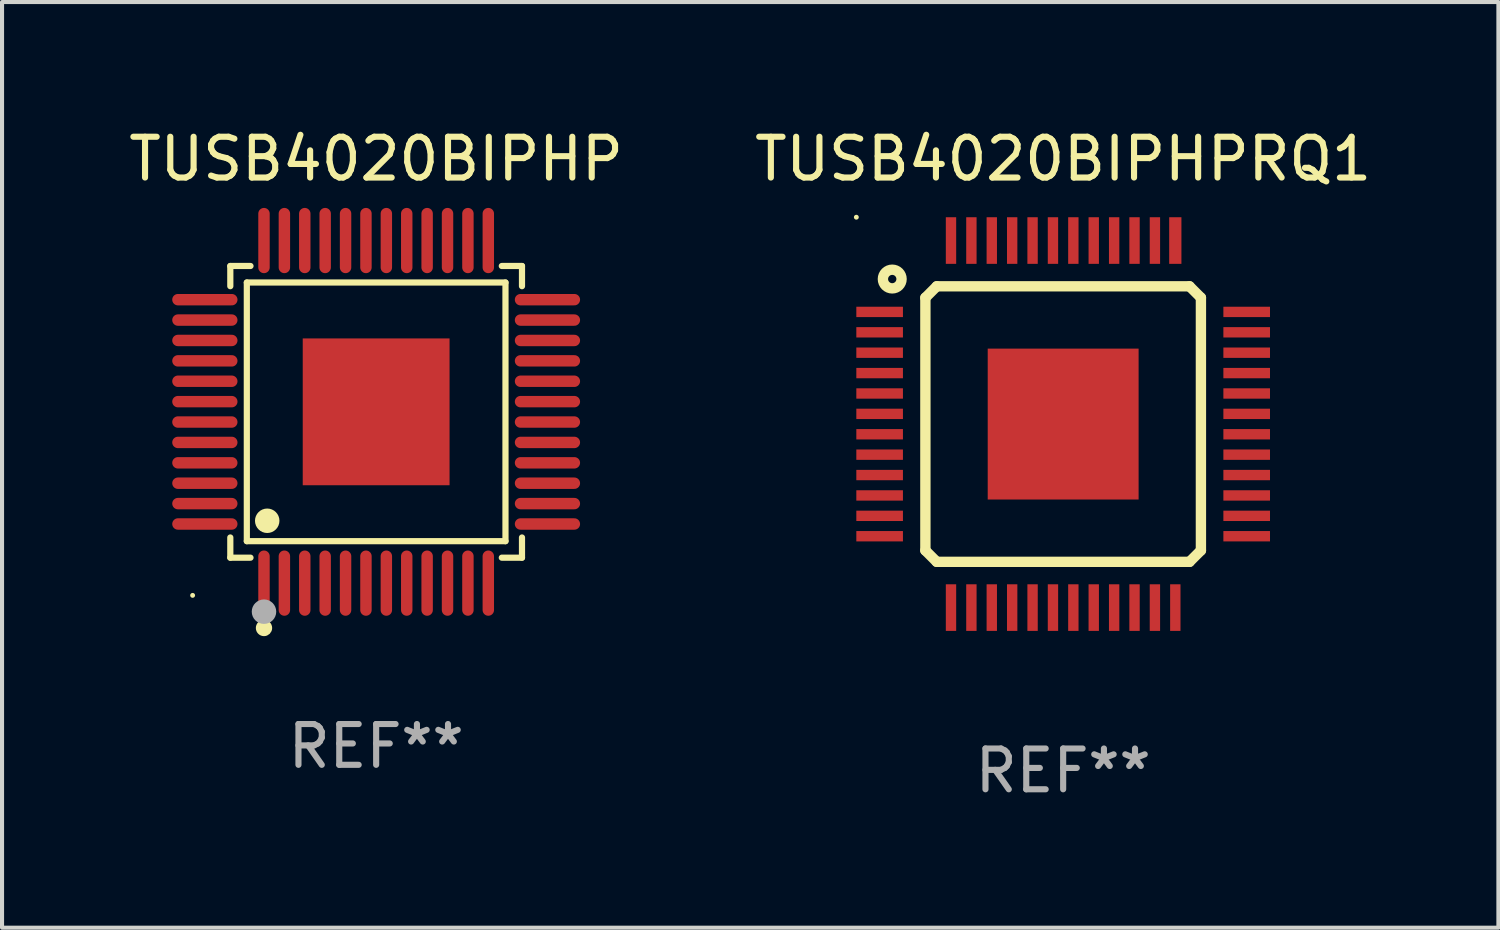
<source format=kicad_pcb>
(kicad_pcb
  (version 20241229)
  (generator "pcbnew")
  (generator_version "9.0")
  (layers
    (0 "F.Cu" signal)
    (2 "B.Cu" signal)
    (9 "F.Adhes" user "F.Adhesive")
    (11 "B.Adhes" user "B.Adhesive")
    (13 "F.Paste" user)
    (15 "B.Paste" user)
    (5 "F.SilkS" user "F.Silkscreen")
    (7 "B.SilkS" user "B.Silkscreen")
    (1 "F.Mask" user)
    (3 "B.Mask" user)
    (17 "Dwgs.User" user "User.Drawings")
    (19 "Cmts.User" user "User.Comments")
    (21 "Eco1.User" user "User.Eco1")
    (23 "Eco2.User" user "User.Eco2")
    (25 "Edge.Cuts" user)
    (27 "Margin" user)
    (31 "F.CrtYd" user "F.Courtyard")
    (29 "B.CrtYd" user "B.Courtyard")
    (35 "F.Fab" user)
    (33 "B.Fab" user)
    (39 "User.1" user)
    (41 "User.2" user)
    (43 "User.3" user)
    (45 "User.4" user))
  (footprint "TUSB4020BIPHP"
    (layer "F.Cu")
    (at 6.173 7.048)
    (property "Reference" "TUSB4020BIPHP" (at 0 -6.2 0) (layer "F.SilkS") (effects (font (size 1 1) (thickness 0.15))))
    (attr through_hole)
    (fp_line (start -3.576 -3.576) (end -3.081 -3.576) (stroke (width 0.152) (type solid)) (layer "F.SilkS"))
    (fp_line (start -3.576 -3.081) (end -3.576 -3.576) (stroke (width 0.152) (type solid)) (layer "F.SilkS"))
    (fp_line (start -3.576 3.081) (end -3.576 3.576) (stroke (width 0.152) (type solid)) (layer "F.SilkS"))
    (fp_line (start -3.576 3.576) (end -3.081 3.576) (stroke (width 0.152) (type solid)) (layer "F.SilkS"))
    (fp_line (start -3.171 -3.171) (end 3.171 -3.171) (stroke (width 0.152) (type solid)) (layer "F.SilkS"))
    (fp_line (start -3.171 3.171) (end -3.171 -3.171) (stroke (width 0.152) (type solid)) (layer "F.SilkS"))
    (fp_line (start 3.171 -3.171) (end 3.171 3.171) (stroke (width 0.152) (type solid)) (layer "F.SilkS"))
    (fp_line (start 3.171 3.171) (end -3.171 3.171) (stroke (width 0.152) (type solid)) (layer "F.SilkS"))
    (fp_line (start 3.576 -3.576) (end 3.081 -3.576) (stroke (width 0.152) (type solid)) (layer "F.SilkS"))
    (fp_line (start 3.576 -3.081) (end 3.576 -3.576) (stroke (width 0.152) (type solid)) (layer "F.SilkS"))
    (fp_line (start 3.576 3.081) (end 3.576 3.576) (stroke (width 0.152) (type solid)) (layer "F.SilkS"))
    (fp_line (start 3.576 3.576) (end 3.081 3.576) (stroke (width 0.152) (type solid)) (layer "F.SilkS"))
    (fp_circle (center -4.5 4.5) (end -4.47 4.5) (stroke (width 0.06) (type solid)) (fill no) (layer "F.SilkS"))
    (fp_circle (center -2.75 5.3) (end -2.65 5.3) (stroke (width 0.2) (type solid)) (fill no) (layer "F.SilkS"))
    (fp_circle (center -2.671 2.671) (end -2.521 2.671) (stroke (width 0.3) (type solid)) (fill no) (layer "F.SilkS"))
    (fp_circle (center -2.75 4.9) (end -2.6 4.9) (stroke (width 0.3) (type solid)) (fill no) (layer "F.Fab"))
    (fp_text user "REF**" (at 0 8.2 0) (layer "F.Fab") (effects (font (size 1 1) (thickness 0.15))))
    (pad "1" smd oval (at -2.75 4.2) (size 0.28 1.6) (layers "F.Cu" "F.Mask" "F.Paste"))
    (pad "2" smd oval (at -2.25 4.2) (size 0.28 1.6) (layers "F.Cu" "F.Mask" "F.Paste"))
    (pad "3" smd oval (at -1.75 4.2) (size 0.28 1.6) (layers "F.Cu" "F.Mask" "F.Paste"))
    (pad "4" smd oval (at -1.25 4.2) (size 0.28 1.6) (layers "F.Cu" "F.Mask" "F.Paste"))
    (pad "5" smd oval (at -0.75 4.2) (size 0.28 1.6) (layers "F.Cu" "F.Mask" "F.Paste"))
    (pad "6" smd oval (at -0.25 4.2) (size 0.28 1.6) (layers "F.Cu" "F.Mask" "F.Paste"))
    (pad "7" smd oval (at 0.25 4.2) (size 0.28 1.6) (layers "F.Cu" "F.Mask" "F.Paste"))
    (pad "8" smd oval (at 0.75 4.2) (size 0.28 1.6) (layers "F.Cu" "F.Mask" "F.Paste"))
    (pad "9" smd oval (at 1.25 4.2) (size 0.28 1.6) (layers "F.Cu" "F.Mask" "F.Paste"))
    (pad "10" smd oval (at 1.75 4.2) (size 0.28 1.6) (layers "F.Cu" "F.Mask" "F.Paste"))
    (pad "11" smd oval (at 2.25 4.2) (size 0.28 1.6) (layers "F.Cu" "F.Mask" "F.Paste"))
    (pad "12" smd oval (at 2.75 4.2) (size 0.28 1.6) (layers "F.Cu" "F.Mask" "F.Paste"))
    (pad "13" smd oval (at 4.2 2.75) (size 1.6 0.28) (layers "F.Cu" "F.Mask" "F.Paste"))
    (pad "14" smd oval (at 4.2 2.25) (size 1.6 0.28) (layers "F.Cu" "F.Mask" "F.Paste"))
    (pad "15" smd oval (at 4.2 1.75) (size 1.6 0.28) (layers "F.Cu" "F.Mask" "F.Paste"))
    (pad "16" smd oval (at 4.2 1.25) (size 1.6 0.28) (layers "F.Cu" "F.Mask" "F.Paste"))
    (pad "17" smd oval (at 4.2 0.75) (size 1.6 0.28) (layers "F.Cu" "F.Mask" "F.Paste"))
    (pad "18" smd oval (at 4.2 0.25) (size 1.6 0.28) (layers "F.Cu" "F.Mask" "F.Paste"))
    (pad "19" smd oval (at 4.2 -0.25) (size 1.6 0.28) (layers "F.Cu" "F.Mask" "F.Paste"))
    (pad "20" smd oval (at 4.2 -0.75) (size 1.6 0.28) (layers "F.Cu" "F.Mask" "F.Paste"))
    (pad "21" smd oval (at 4.2 -1.25) (size 1.6 0.28) (layers "F.Cu" "F.Mask" "F.Paste"))
    (pad "22" smd oval (at 4.2 -1.75) (size 1.6 0.28) (layers "F.Cu" "F.Mask" "F.Paste"))
    (pad "23" smd oval (at 4.2 -2.25) (size 1.6 0.28) (layers "F.Cu" "F.Mask" "F.Paste"))
    (pad "24" smd oval (at 4.2 -2.75) (size 1.6 0.28) (layers "F.Cu" "F.Mask" "F.Paste"))
    (pad "25" smd oval (at 2.75 -4.2) (size 0.28 1.6) (layers "F.Cu" "F.Mask" "F.Paste"))
    (pad "26" smd oval (at 2.25 -4.2) (size 0.28 1.6) (layers "F.Cu" "F.Mask" "F.Paste"))
    (pad "27" smd oval (at 1.75 -4.2) (size 0.28 1.6) (layers "F.Cu" "F.Mask" "F.Paste"))
    (pad "28" smd oval (at 1.25 -4.2) (size 0.28 1.6) (layers "F.Cu" "F.Mask" "F.Paste"))
    (pad "29" smd oval (at 0.75 -4.2) (size 0.28 1.6) (layers "F.Cu" "F.Mask" "F.Paste"))
    (pad "30" smd oval (at 0.25 -4.2) (size 0.28 1.6) (layers "F.Cu" "F.Mask" "F.Paste"))
    (pad "31" smd oval (at -0.25 -4.2) (size 0.28 1.6) (layers "F.Cu" "F.Mask" "F.Paste"))
    (pad "32" smd oval (at -0.75 -4.2) (size 0.28 1.6) (layers "F.Cu" "F.Mask" "F.Paste"))
    (pad "33" smd oval (at -1.25 -4.2) (size 0.28 1.6) (layers "F.Cu" "F.Mask" "F.Paste"))
    (pad "34" smd oval (at -1.75 -4.2) (size 0.28 1.6) (layers "F.Cu" "F.Mask" "F.Paste"))
    (pad "35" smd oval (at -2.25 -4.2) (size 0.28 1.6) (layers "F.Cu" "F.Mask" "F.Paste"))
    (pad "36" smd oval (at -2.75 -4.2) (size 0.28 1.6) (layers "F.Cu" "F.Mask" "F.Paste"))
    (pad "37" smd oval (at -4.2 -2.75) (size 1.6 0.28) (layers "F.Cu" "F.Mask" "F.Paste"))
    (pad "38" smd oval (at -4.2 -2.25) (size 1.6 0.28) (layers "F.Cu" "F.Mask" "F.Paste"))
    (pad "39" smd oval (at -4.2 -1.75) (size 1.6 0.28) (layers "F.Cu" "F.Mask" "F.Paste"))
    (pad "40" smd oval (at -4.2 -1.25) (size 1.6 0.28) (layers "F.Cu" "F.Mask" "F.Paste"))
    (pad "41" smd oval (at -4.2 -0.75) (size 1.6 0.28) (layers "F.Cu" "F.Mask" "F.Paste"))
    (pad "42" smd oval (at -4.2 -0.25) (size 1.6 0.28) (layers "F.Cu" "F.Mask" "F.Paste"))
    (pad "43" smd oval (at -4.2 0.25) (size 1.6 0.28) (layers "F.Cu" "F.Mask" "F.Paste"))
    (pad "44" smd oval (at -4.2 0.75) (size 1.6 0.28) (layers "F.Cu" "F.Mask" "F.Paste"))
    (pad "45" smd oval (at -4.2 1.25) (size 1.6 0.28) (layers "F.Cu" "F.Mask" "F.Paste"))
    (pad "46" smd oval (at -4.2 1.75) (size 1.6 0.28) (layers "F.Cu" "F.Mask" "F.Paste"))
    (pad "47" smd oval (at -4.2 2.25) (size 1.6 0.28) (layers "F.Cu" "F.Mask" "F.Paste"))
    (pad "48" smd oval (at -4.2 2.75) (size 1.6 0.28) (layers "F.Cu" "F.Mask" "F.Paste"))
    (pad "49" smd rect (at 0 0) (size 3.6 3.6) (layers "F.Cu" "F.Mask" "F.Paste")))
  (footprint "TUSB4020BIPHPRQ1"
    (layer "F.Cu")
    (at 23.018 7.348)
    (property "Reference" "TUSB4020BIPHPRQ1" (at 0 -6.5 0) (layer "F.SilkS") (effects (font (size 1 1) (thickness 0.15))))
    (attr through_hole)
    (fp_line (start -3.378 -3.099) (end -3.099 -3.378) (stroke (width 0.254) (type solid)) (layer "F.SilkS"))
    (fp_line (start -3.378 3.099) (end -3.378 -3.099) (stroke (width 0.254) (type solid)) (layer "F.SilkS"))
    (fp_line (start -3.099 -3.378) (end 3.099 -3.378) (stroke (width 0.254) (type solid)) (layer "F.SilkS"))
    (fp_line (start -3.099 3.378) (end -3.378 3.099) (stroke (width 0.254) (type solid)) (layer "F.SilkS"))
    (fp_line (start 3.099 -3.378) (end 3.378 -3.099) (stroke (width 0.254) (type solid)) (layer "F.SilkS"))
    (fp_line (start 3.099 3.378) (end -3.099 3.378) (stroke (width 0.254) (type solid)) (layer "F.SilkS"))
    (fp_line (start 3.378 -3.099) (end 3.378 3.099) (stroke (width 0.254) (type solid)) (layer "F.SilkS"))
    (fp_line (start 3.378 3.099) (end 3.099 3.378) (stroke (width 0.254) (type solid)) (layer "F.SilkS"))
    (fp_circle (center -5.071 -5.072) (end -5.041 -5.072) (stroke (width 0.06) (type solid)) (fill no) (layer "F.SilkS"))
    (fp_circle (center -4.191 -3.556) (end -3.962 -3.556) (stroke (width 0.254) (type solid)) (fill no) (layer "F.SilkS"))
    (fp_text user "REF**" (at 0 8.5 0) (layer "F.Fab") (effects (font (size 1 1) (thickness 0.15))))
    (pad "1" smd rect (at -4.5 -2.75 270) (size 0.254 1.143) (layers "F.Cu" "F.Mask" "F.Paste"))
    (pad "2" smd rect (at -4.5 -2.25 270) (size 0.254 1.143) (layers "F.Cu" "F.Mask" "F.Paste"))
    (pad "3" smd rect (at -4.5 -1.75 270) (size 0.254 1.143) (layers "F.Cu" "F.Mask" "F.Paste"))
    (pad "4" smd rect (at -4.5 -1.25 270) (size 0.254 1.143) (layers "F.Cu" "F.Mask" "F.Paste"))
    (pad "5" smd rect (at -4.5 -0.75 270) (size 0.254 1.143) (layers "F.Cu" "F.Mask" "F.Paste"))
    (pad "6" smd rect (at -4.5 -0.25 270) (size 0.254 1.143) (layers "F.Cu" "F.Mask" "F.Paste"))
    (pad "7" smd rect (at -4.5 0.25 270) (size 0.254 1.143) (layers "F.Cu" "F.Mask" "F.Paste"))
    (pad "8" smd rect (at -4.5 0.75 270) (size 0.254 1.143) (layers "F.Cu" "F.Mask" "F.Paste"))
    (pad "9" smd rect (at -4.5 1.25 270) (size 0.254 1.143) (layers "F.Cu" "F.Mask" "F.Paste"))
    (pad "10" smd rect (at -4.5 1.75 270) (size 0.254 1.143) (layers "F.Cu" "F.Mask" "F.Paste"))
    (pad "11" smd rect (at -4.5 2.25 270) (size 0.254 1.143) (layers "F.Cu" "F.Mask" "F.Paste"))
    (pad "12" smd rect (at -4.5 2.75 270) (size 0.254 1.143) (layers "F.Cu" "F.Mask" "F.Paste"))
    (pad "13" smd rect (at -2.75 4.5 270) (size 1.143 0.254) (layers "F.Cu" "F.Mask" "F.Paste"))
    (pad "14" smd rect (at -2.25 4.5 270) (size 1.143 0.254) (layers "F.Cu" "F.Mask" "F.Paste"))
    (pad "15" smd rect (at -1.75 4.5 270) (size 1.143 0.254) (layers "F.Cu" "F.Mask" "F.Paste"))
    (pad "16" smd rect (at -1.25 4.5 270) (size 1.143 0.254) (layers "F.Cu" "F.Mask" "F.Paste"))
    (pad "17" smd rect (at -0.75 4.5 270) (size 1.143 0.254) (layers "F.Cu" "F.Mask" "F.Paste"))
    (pad "18" smd rect (at -0.25 4.5 270) (size 1.143 0.254) (layers "F.Cu" "F.Mask" "F.Paste"))
    (pad "19" smd rect (at 0.25 4.5 270) (size 1.143 0.254) (layers "F.Cu" "F.Mask" "F.Paste"))
    (pad "20" smd rect (at 0.75 4.5 270) (size 1.143 0.254) (layers "F.Cu" "F.Mask" "F.Paste"))
    (pad "21" smd rect (at 1.25 4.5 270) (size 1.143 0.254) (layers "F.Cu" "F.Mask" "F.Paste"))
    (pad "22" smd rect (at 1.75 4.5 270) (size 1.143 0.254) (layers "F.Cu" "F.Mask" "F.Paste"))
    (pad "23" smd rect (at 2.25 4.5 270) (size 1.143 0.254) (layers "F.Cu" "F.Mask" "F.Paste"))
    (pad "24" smd rect (at 2.75 4.5 270) (size 1.143 0.254) (layers "F.Cu" "F.Mask" "F.Paste"))
    (pad "25" smd rect (at 4.5 2.75 270) (size 0.254 1.143) (layers "F.Cu" "F.Mask" "F.Paste"))
    (pad "26" smd rect (at 4.5 2.25 270) (size 0.254 1.143) (layers "F.Cu" "F.Mask" "F.Paste"))
    (pad "27" smd rect (at 4.5 1.75 270) (size 0.254 1.143) (layers "F.Cu" "F.Mask" "F.Paste"))
    (pad "28" smd rect (at 4.5 1.25 270) (size 0.254 1.143) (layers "F.Cu" "F.Mask" "F.Paste"))
    (pad "29" smd rect (at 4.5 0.75 270) (size 0.254 1.143) (layers "F.Cu" "F.Mask" "F.Paste"))
    (pad "30" smd rect (at 4.5 0.25 270) (size 0.254 1.143) (layers "F.Cu" "F.Mask" "F.Paste"))
    (pad "31" smd rect (at 4.5 -0.25 270) (size 0.254 1.143) (layers "F.Cu" "F.Mask" "F.Paste"))
    (pad "32" smd rect (at 4.5 -0.75 270) (size 0.254 1.143) (layers "F.Cu" "F.Mask" "F.Paste"))
    (pad "33" smd rect (at 4.5 -1.25 270) (size 0.254 1.143) (layers "F.Cu" "F.Mask" "F.Paste"))
    (pad "34" smd rect (at 4.5 -1.75 270) (size 0.254 1.143) (layers "F.Cu" "F.Mask" "F.Paste"))
    (pad "35" smd rect (at 4.5 -2.25 270) (size 0.254 1.143) (layers "F.Cu" "F.Mask" "F.Paste"))
    (pad "36" smd rect (at 4.5 -2.75 270) (size 0.254 1.143) (layers "F.Cu" "F.Mask" "F.Paste"))
    (pad "37" smd rect (at 2.75 -4.5 270) (size 1.143 0.3) (layers "F.Cu" "F.Mask" "F.Paste"))
    (pad "38" smd rect (at 2.25 -4.5 270) (size 1.143 0.254) (layers "F.Cu" "F.Mask" "F.Paste"))
    (pad "39" smd rect (at 1.75 -4.5 270) (size 1.143 0.254) (layers "F.Cu" "F.Mask" "F.Paste"))
    (pad "40" smd rect (at 1.25 -4.5 270) (size 1.143 0.254) (layers "F.Cu" "F.Mask" "F.Paste"))
    (pad "41" smd rect (at 0.75 -4.5 270) (size 1.143 0.254) (layers "F.Cu" "F.Mask" "F.Paste"))
    (pad "42" smd rect (at 0.25 -4.5 270) (size 1.143 0.254) (layers "F.Cu" "F.Mask" "F.Paste"))
    (pad "43" smd rect (at -0.25 -4.5 270) (size 1.143 0.254) (layers "F.Cu" "F.Mask" "F.Paste"))
    (pad "44" smd rect (at -0.75 -4.5 270) (size 1.143 0.254) (layers "F.Cu" "F.Mask" "F.Paste"))
    (pad "45" smd rect (at -1.25 -4.5 270) (size 1.143 0.254) (layers "F.Cu" "F.Mask" "F.Paste"))
    (pad "46" smd rect (at -1.75 -4.5 270) (size 1.143 0.254) (layers "F.Cu" "F.Mask" "F.Paste"))
    (pad "47" smd rect (at -2.25 -4.5 270) (size 1.143 0.254) (layers "F.Cu" "F.Mask" "F.Paste"))
    (pad "48" smd rect (at -2.75 -4.5 270) (size 1.143 0.254) (layers "F.Cu" "F.Mask" "F.Paste"))
    (pad "49" smd rect (at 0.000127 -0.000127 270) (size 3.7 3.7) (layers "F.Cu" "F.Mask" "F.Paste")))
  (gr_rect
    (start -3 -3)
    (end 33.69 19.697)
    (stroke (width 0.1) (type default))
    (fill no)
    (layer "Edge.Cuts")))
</source>
